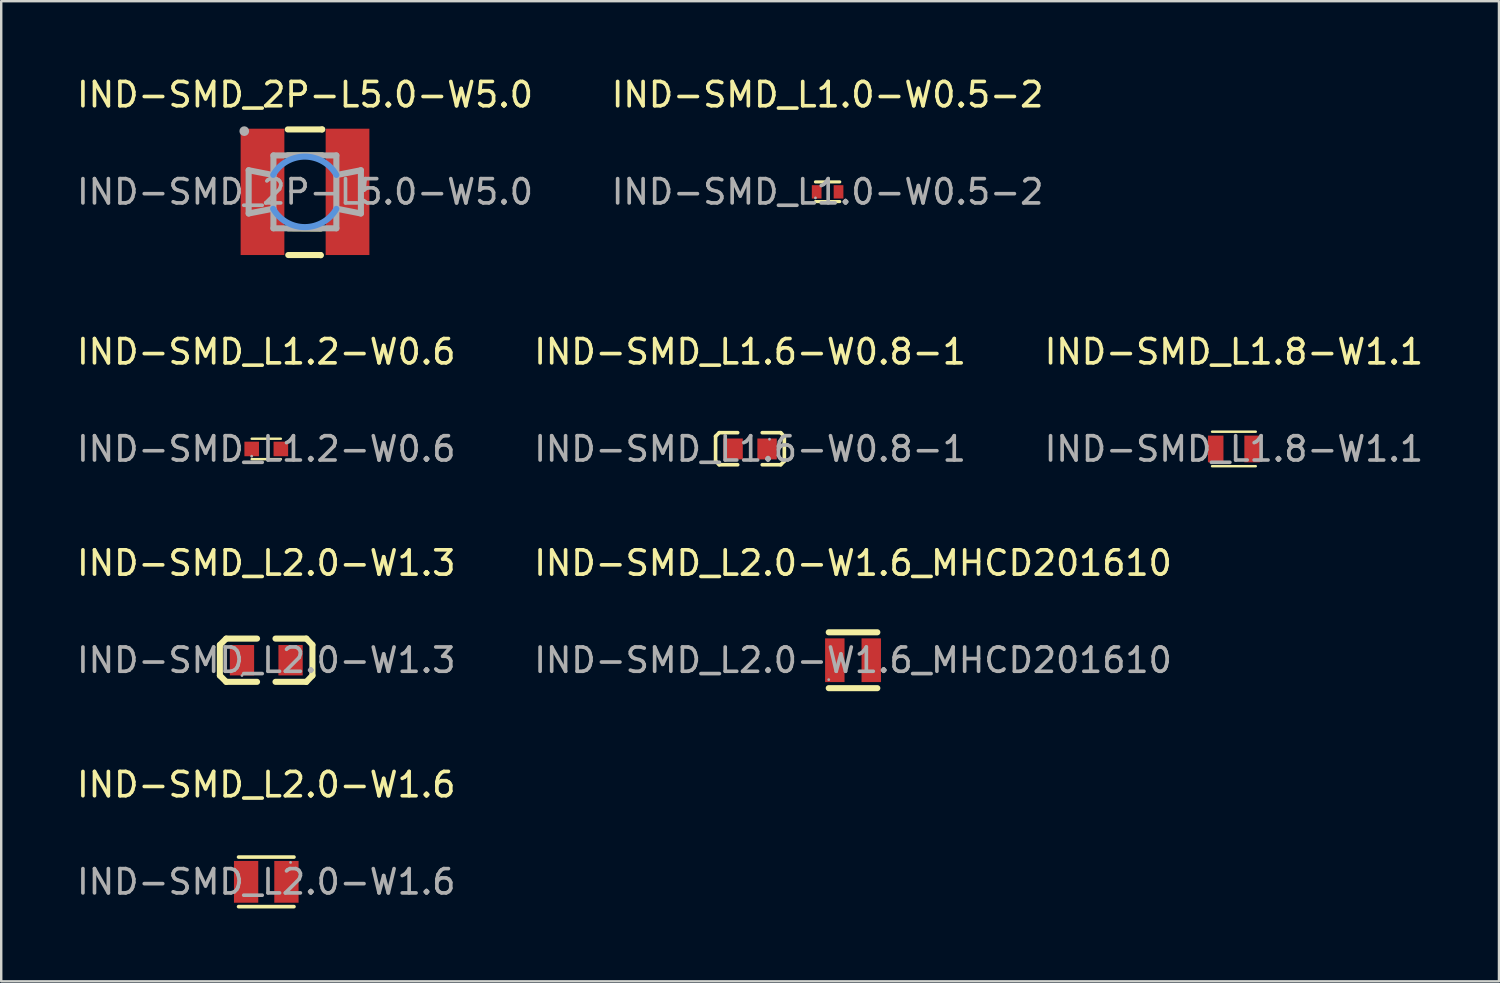
<source format=kicad_pcb>
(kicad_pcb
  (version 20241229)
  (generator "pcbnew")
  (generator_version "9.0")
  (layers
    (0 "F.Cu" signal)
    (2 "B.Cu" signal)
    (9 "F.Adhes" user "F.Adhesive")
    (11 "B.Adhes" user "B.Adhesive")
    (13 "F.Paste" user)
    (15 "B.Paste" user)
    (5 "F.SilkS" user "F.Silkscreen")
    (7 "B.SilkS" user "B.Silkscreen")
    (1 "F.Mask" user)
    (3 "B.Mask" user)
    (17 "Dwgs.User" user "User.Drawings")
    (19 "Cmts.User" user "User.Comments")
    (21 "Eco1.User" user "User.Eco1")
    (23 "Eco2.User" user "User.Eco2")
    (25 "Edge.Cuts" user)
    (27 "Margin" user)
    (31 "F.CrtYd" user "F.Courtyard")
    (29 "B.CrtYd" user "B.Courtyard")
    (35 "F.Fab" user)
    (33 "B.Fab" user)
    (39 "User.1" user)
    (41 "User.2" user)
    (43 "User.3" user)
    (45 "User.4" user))
  (footprint "IND-SMD_L2.0-W1.6"
    (layer "F.Cu")
    (at 7.911 33.251)
    (property "Reference" "IND-SMD_L2.0-W1.6" (at 0 -4 0) (layer "F.SilkS") (effects (font (size 1 1) (thickness 0.15))))
    (attr through_hole)
    (fp_line (start -1.14 -1.02) (end 1.14 -1.02) (stroke (width 0.15) (type solid)) (layer "F.SilkS"))
    (fp_line (start 1.14 1.02) (end -1.14 1.02) (stroke (width 0.15) (type solid)) (layer "F.SilkS"))
    (fp_circle (center 1 -0.8) (end 1.03 -0.8) (stroke (width 0.06) (type solid)) (fill no) (layer "F.Fab"))
    (fp_text user "${REFERENCE}" (at 0 0 0) (layer "F.Fab") (effects (font (size 1 1) (thickness 0.15))))
    (pad "1" smd rect (at 0.83 0) (size 1 1.72) (layers "F.Cu" "F.Mask" "F.Paste"))
    (pad "2" smd rect (at -0.83 0) (size 1 1.72) (layers "F.Cu" "F.Mask" "F.Paste")))
  (footprint "IND-SMD_L1.2-W0.6"
    (layer "F.Cu")
    (at 7.911 15.431)
    (property "Reference" "IND-SMD_L1.2-W0.6" (at 0 -4 0) (layer "F.SilkS") (effects (font (size 1 1) (thickness 0.15))))
    (attr through_hole)
    (fp_line (start -0.6 -0.42) (end 0.6 -0.42) (stroke (width 0.1) (type solid)) (layer "F.SilkS"))
    (fp_line (start -0.6 0.42) (end 0.6 0.42) (stroke (width 0.1) (type solid)) (layer "F.SilkS"))
    (fp_circle (center -0.6 0.3) (end -0.57 0.3) (stroke (width 0.06) (type solid)) (fill no) (layer "F.Fab"))
    (fp_text user "${REFERENCE}" (at 0 0 0) (layer "F.Fab") (effects (font (size 1 1) (thickness 0.15))))
    (pad "1" smd rect (at -0.6 0) (size 0.6 0.6) (layers "F.Cu" "F.Mask" "F.Paste"))
    (pad "2" smd rect (at 0.6 0) (size 0.6 0.6) (layers "F.Cu" "F.Mask" "F.Paste")))
  (footprint "IND-SMD_L1.8-W1.1"
    (layer "F.Cu")
    (at 47.744 15.431)
    (property "Reference" "IND-SMD_L1.8-W1.1" (at 0 -4 0) (layer "F.SilkS") (effects (font (size 1 1) (thickness 0.15))))
    (attr through_hole)
    (fp_line (start -0.9 -0.71) (end 0.9 -0.71) (stroke (width 0.1) (type solid)) (layer "F.SilkS"))
    (fp_line (start 0.9 0.71) (end -0.9 0.71) (stroke (width 0.1) (type solid)) (layer "F.SilkS"))
    (fp_circle (center -0.9 0.55) (end -0.87 0.55) (stroke (width 0.06) (type solid)) (fill no) (layer "F.Fab"))
    (fp_text user "${REFERENCE}" (at 0 0 0) (layer "F.Fab") (effects (font (size 1 1) (thickness 0.15))))
    (pad "1" smd rect (at -0.75 0) (size 0.64 1.1) (layers "F.Cu" "F.Mask" "F.Paste"))
    (pad "2" smd rect (at 0.75 0) (size 0.64 1.1) (layers "F.Cu" "F.Mask" "F.Paste")))
  (footprint "IND-SMD_2P-L5.0-W5.0"
    (layer "F.Cu")
    (at 9.506 4.848)
    (property "Reference" "IND-SMD_2P-L5.0-W5.0" (at 0 -4 0) (layer "F.SilkS") (effects (font (size 1 1) (thickness 0.15))))
    (attr through_hole)
    (fp_line (start -0.71 -2.57) (end 0.7 -2.57) (stroke (width 0.25) (type solid)) (layer "F.SilkS"))
    (fp_line (start -0.69 2.6) (end 0.64 2.6) (stroke (width 0.25) (type solid)) (layer "F.SilkS"))
    (fp_line (start 0.64 2.6) (end 0.65 2.61) (stroke (width 0.25) (type solid)) (layer "F.SilkS"))
    (fp_line (start 0.65 1.51) (end -0.69 1.5) (stroke (width 0.25) (type solid)) (layer "F.SilkS"))
    (fp_line (start 0.7 -2.57) (end 0.71 -2.57) (stroke (width 0.25) (type solid)) (layer "F.SilkS"))
    (fp_line (start 0.71 -1.5) (end -0.71 -1.5) (stroke (width 0.25) (type solid)) (layer "F.SilkS"))
    (fp_arc (start -1.31 -0.7) (mid -0.008516 -1.450832) (end 1.29148 -0.697428) (stroke (width 0.25) (type solid)) (layer "Cmts.User"))
    (fp_arc (start 1.29 0.7) (mid -0.011484 1.450832) (end -1.31148 0.697428) (stroke (width 0.25) (type solid)) (layer "Cmts.User"))
    (fp_line (start -2.32 -0.89) (end -2.32 0.89) (stroke (width 0.25) (type solid)) (layer "F.Fab"))
    (fp_line (start -2.32 0.89) (end -1.4 0.71) (stroke (width 0.25) (type solid)) (layer "F.Fab"))
    (fp_line (start -1.4 -0.71) (end -2.32 -0.89) (stroke (width 0.25) (type solid)) (layer "F.Fab"))
    (fp_line (start -1.3 -1.5) (end -1.3 -0.71) (stroke (width 0.25) (type solid)) (layer "F.Fab"))
    (fp_line (start -1.3 -0.71) (end -1.3 0.71) (stroke (width 0.25) (type solid)) (layer "F.Fab"))
    (fp_line (start -1.3 0.71) (end -1.3 1.5) (stroke (width 0.25) (type solid)) (layer "F.Fab"))
    (fp_line (start -1.3 1.5) (end 1.29 1.5) (stroke (width 0.25) (type solid)) (layer "F.Fab"))
    (fp_line (start 1.29 -1.5) (end -1.3 -1.5) (stroke (width 0.25) (type solid)) (layer "F.Fab"))
    (fp_line (start 1.29 -0.71) (end 1.29 -1.5) (stroke (width 0.25) (type solid)) (layer "F.Fab"))
    (fp_line (start 1.29 0.71) (end 1.29 -0.71) (stroke (width 0.25) (type solid)) (layer "F.Fab"))
    (fp_line (start 1.29 1.5) (end 1.29 0.71) (stroke (width 0.25) (type solid)) (layer "F.Fab"))
    (fp_line (start 1.39 0.71) (end 2.3 0.89) (stroke (width 0.25) (type solid)) (layer "F.Fab"))
    (fp_line (start 2.3 -0.89) (end 1.39 -0.71) (stroke (width 0.25) (type solid)) (layer "F.Fab"))
    (fp_line (start 2.3 0.89) (end 2.3 -0.89) (stroke (width 0.25) (type solid)) (layer "F.Fab"))
    (fp_circle (center -2.5 -2.5) (end -2.4 -2.5) (stroke (width 0.2) (type solid)) (fill no) (layer "F.Fab"))
    (fp_text user "${REFERENCE}" (at 0 0 0) (layer "F.Fab") (effects (font (size 1 1) (thickness 0.15))))
    (pad "1" smd rect (at -1.75 0 270) (size 5.2 1.8) (layers "F.Cu" "F.Mask" "F.Paste"))
    (pad "2" smd rect (at 1.75 0 270) (size 5.2 1.8) (layers "F.Cu" "F.Mask" "F.Paste")))
  (footprint "IND-SMD_L2.0-W1.3"
    (layer "F.Cu")
    (at 7.911 24.128)
    (property "Reference" "IND-SMD_L2.0-W1.3" (at 0 -4 0) (layer "F.SilkS") (effects (font (size 1 1) (thickness 0.15))))
    (attr through_hole)
    (fp_line (start -1.91 -0.63) (end -1.65 -0.89) (stroke (width 0.25) (type solid)) (layer "F.SilkS"))
    (fp_line (start -1.91 0.63) (end -1.91 -0.63) (stroke (width 0.25) (type solid)) (layer "F.SilkS"))
    (fp_line (start -1.65 -0.89) (end -0.38 -0.89) (stroke (width 0.25) (type solid)) (layer "F.SilkS"))
    (fp_line (start -1.65 0.89) (end -1.91 0.63) (stroke (width 0.25) (type solid)) (layer "F.SilkS"))
    (fp_line (start -0.38 0.89) (end -1.65 0.89) (stroke (width 0.25) (type solid)) (layer "F.SilkS"))
    (fp_line (start 0.38 -0.89) (end 1.65 -0.89) (stroke (width 0.25) (type solid)) (layer "F.SilkS"))
    (fp_line (start 1.65 -0.89) (end 1.9 -0.63) (stroke (width 0.25) (type solid)) (layer "F.SilkS"))
    (fp_line (start 1.65 0.89) (end 0.38 0.89) (stroke (width 0.25) (type solid)) (layer "F.SilkS"))
    (fp_line (start 1.9 -0.63) (end 1.9 0.63) (stroke (width 0.25) (type solid)) (layer "F.SilkS"))
    (fp_line (start 1.9 0.63) (end 1.65 0.89) (stroke (width 0.25) (type solid)) (layer "F.SilkS"))
    (fp_circle (center -1 0.63) (end -0.97 0.63) (stroke (width 0.06) (type solid)) (fill no) (layer "F.Fab"))
    (fp_text user "${REFERENCE}" (at 0 0 0) (layer "F.Fab") (effects (font (size 1 1) (thickness 0.15))))
    (pad "1" smd rect (at -1 0 180) (size 1 1.25) (layers "F.Cu" "F.Mask" "F.Paste"))
    (pad "2" smd rect (at 1 0) (size 1 1.25) (layers "F.Cu" "F.Mask" "F.Paste")))
  (footprint "IND-SMD_L1.0-W0.5-2"
    (layer "F.Cu")
    (at 31.018 4.848)
    (property "Reference" "IND-SMD_L1.0-W0.5-2" (at 0 -4 0) (layer "F.SilkS") (effects (font (size 1 1) (thickness 0.15))))
    (attr through_hole)
    (fp_line (start -0.5 -0.41) (end 0.5 -0.41) (stroke (width 0.13) (type solid)) (layer "F.SilkS"))
    (fp_line (start -0.5 0.4) (end 0.5 0.4) (stroke (width 0.13) (type solid)) (layer "F.SilkS"))
    (fp_circle (center -0.5 0.25) (end -0.47 0.25) (stroke (width 0.06) (type solid)) (fill no) (layer "F.Fab"))
    (fp_text user "${REFERENCE}" (at 0 0 0) (layer "F.Fab") (effects (font (size 1 1) (thickness 0.15))))
    (pad "1" smd rect (at -0.45 0 90) (size 0.55 0.4) (layers "F.Cu" "F.Mask" "F.Paste"))
    (pad "2" smd rect (at 0.45 0 90) (size 0.55 0.4) (layers "F.Cu" "F.Mask" "F.Paste")))
  (footprint "IND-SMD_L1.6-W0.8-1"
    (layer "F.Cu")
    (at 27.827 15.431)
    (property "Reference" "IND-SMD_L1.6-W0.8-1" (at 0 -4 0) (layer "F.SilkS") (effects (font (size 1 1) (thickness 0.15))))
    (attr through_hole)
    (fp_line (start -1.42 -0.52) (end -1.27 -0.67) (stroke (width 0.15) (type solid)) (layer "F.SilkS"))
    (fp_line (start -1.42 0.5) (end -1.42 -0.52) (stroke (width 0.15) (type solid)) (layer "F.SilkS"))
    (fp_line (start -1.27 -0.67) (end -0.51 -0.67) (stroke (width 0.15) (type solid)) (layer "F.SilkS"))
    (fp_line (start -1.27 0.65) (end -1.42 0.5) (stroke (width 0.15) (type solid)) (layer "F.SilkS"))
    (fp_line (start -1.27 0.65) (end -0.51 0.65) (stroke (width 0.15) (type solid)) (layer "F.SilkS"))
    (fp_line (start 1.26 -0.67) (end 0.5 -0.67) (stroke (width 0.15) (type solid)) (layer "F.SilkS"))
    (fp_line (start 1.26 -0.67) (end 1.41 -0.52) (stroke (width 0.15) (type solid)) (layer "F.SilkS"))
    (fp_line (start 1.26 0.65) (end 0.5 0.65) (stroke (width 0.15) (type solid)) (layer "F.SilkS"))
    (fp_line (start 1.41 -0.52) (end 1.41 0.5) (stroke (width 0.15) (type solid)) (layer "F.SilkS"))
    (fp_line (start 1.41 0.5) (end 1.26 0.65) (stroke (width 0.15) (type solid)) (layer "F.SilkS"))
    (fp_circle (center 0.8 -0.4) (end 0.83 -0.4) (stroke (width 0.06) (type solid)) (fill no) (layer "F.Fab"))
    (fp_text user "${REFERENCE}" (at 0 0 0) (layer "F.Fab") (effects (font (size 1 1) (thickness 0.15))))
    (pad "1" smd rect (at 0.7 0 180) (size 0.8 0.86) (layers "F.Cu" "F.Mask" "F.Paste"))
    (pad "2" smd rect (at -0.7 0 180) (size 0.8 0.86) (layers "F.Cu" "F.Mask" "F.Paste")))
  (footprint "IND-SMD_L2.0-W1.6_MHCD201610"
    (layer "F.Cu")
    (at 32.065 24.128)
    (property "Reference" "IND-SMD_L2.0-W1.6_MHCD201610" (at 0 -4 0) (layer "F.SilkS") (effects (font (size 1 1) (thickness 0.15))))
    (attr through_hole)
    (fp_line (start -1 -1.15) (end 1 -1.15) (stroke (width 0.25) (type solid)) (layer "F.SilkS"))
    (fp_line (start 1 1.15) (end -1 1.15) (stroke (width 0.25) (type solid)) (layer "F.SilkS"))
    (fp_circle (center -1 0.8) (end -0.97 0.8) (stroke (width 0.06) (type solid)) (fill no) (layer "F.Fab"))
    (fp_text user "${REFERENCE}" (at 0 0 0) (layer "F.Fab") (effects (font (size 1 1) (thickness 0.15))))
    (pad "1" smd rect (at -0.75 0 90) (size 1.8 0.8) (layers "F.Cu" "F.Mask" "F.Paste"))
    (pad "2" smd rect (at 0.75 0 90) (size 1.8 0.8) (layers "F.Cu" "F.Mask" "F.Paste")))
  (gr_rect
    (start -3 -3)
    (end 58.655 37.346)
    (stroke (width 0.1) (type default))
    (fill no)
    (layer "Edge.Cuts")))
</source>
